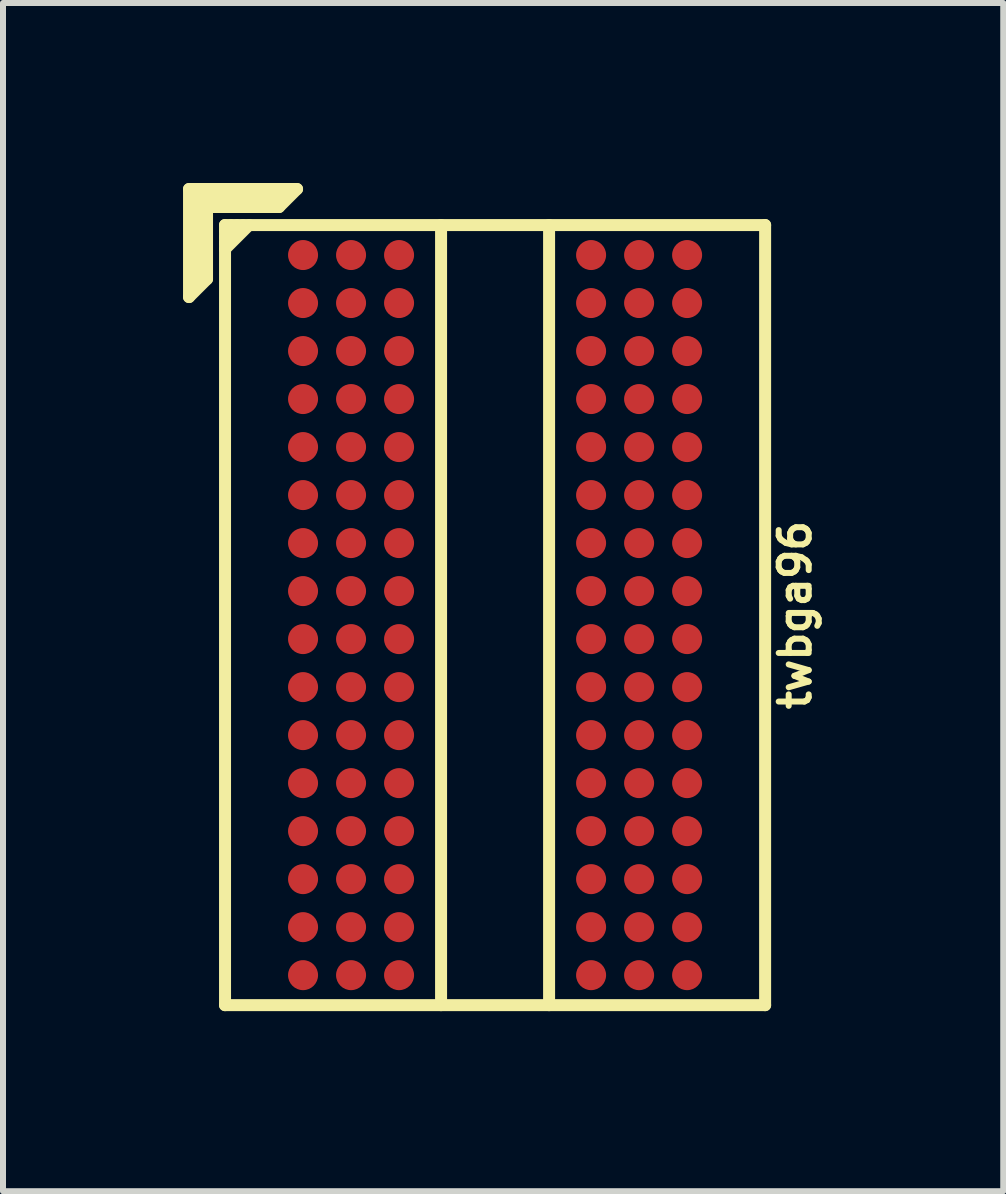
<source format=kicad_pcb>
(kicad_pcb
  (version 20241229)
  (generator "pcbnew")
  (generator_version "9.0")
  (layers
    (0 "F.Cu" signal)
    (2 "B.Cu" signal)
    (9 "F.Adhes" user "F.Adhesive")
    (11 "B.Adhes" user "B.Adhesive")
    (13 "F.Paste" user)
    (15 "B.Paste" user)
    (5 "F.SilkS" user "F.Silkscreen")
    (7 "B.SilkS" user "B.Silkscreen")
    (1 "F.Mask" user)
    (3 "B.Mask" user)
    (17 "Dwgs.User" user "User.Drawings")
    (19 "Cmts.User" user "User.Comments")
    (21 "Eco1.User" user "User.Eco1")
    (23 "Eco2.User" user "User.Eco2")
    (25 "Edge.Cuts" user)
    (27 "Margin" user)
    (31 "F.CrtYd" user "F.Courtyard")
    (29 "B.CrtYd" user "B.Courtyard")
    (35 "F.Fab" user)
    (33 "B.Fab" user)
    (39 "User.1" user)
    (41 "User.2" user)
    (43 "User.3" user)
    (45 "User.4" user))
  (footprint "twbga96"
    (layer "F.Cu")
    (at 5.2 7.2)
    (property "Reference" "twbga96" (at 5 0 90) (layer "F.SilkS") (effects (font (size 0.5 0.5) (thickness 0.1))))
    (attr smd)
    (fp_line (start -5.1 -7.1) (end -3.3 -7.1) (stroke (width 0.2) (type solid)) (layer "F.SilkS"))
    (fp_line (start -5.1 -5.3) (end -5.1 -7.1) (stroke (width 0.2) (type solid)) (layer "F.SilkS"))
    (fp_line (start -5 -7) (end -3.5 -7) (stroke (width 0.2) (type solid)) (layer "F.SilkS"))
    (fp_line (start -5 -5.5) (end -5 -7) (stroke (width 0.2) (type solid)) (layer "F.SilkS"))
    (fp_line (start -4.9 -6.9) (end -4.9 -5.6) (stroke (width 0.2) (type solid)) (layer "F.SilkS"))
    (fp_line (start -4.8 -6.8) (end -3.6 -6.8) (stroke (width 0.2) (type solid)) (layer "F.SilkS"))
    (fp_line (start -4.8 -5.6) (end -5.1 -5.3) (stroke (width 0.2) (type solid)) (layer "F.SilkS"))
    (fp_line (start -4.8 -5.6) (end -4.8 -6.8) (stroke (width 0.2) (type solid)) (layer "F.SilkS"))
    (fp_line (start -4.5 -6.5) (end 4.5 -6.5) (stroke (width 0.2) (type solid)) (layer "F.SilkS"))
    (fp_line (start -4.5 -6.4) (end -4.4 -6.5) (stroke (width 0.2) (type solid)) (layer "F.SilkS"))
    (fp_line (start -4.5 -6.1) (end -4.1 -6.5) (stroke (width 0.2) (type solid)) (layer "F.SilkS"))
    (fp_line (start -4.5 6.5) (end -4.5 -6.5) (stroke (width 0.2) (type solid)) (layer "F.SilkS"))
    (fp_line (start -4.3 -6.5) (end -4.5 -6.3) (stroke (width 0.2) (type solid)) (layer "F.SilkS"))
    (fp_line (start -4.2 -6.5) (end -4.5 -6.2) (stroke (width 0.2) (type solid)) (layer "F.SilkS"))
    (fp_line (start -3.6 -6.9) (end -4.9 -6.9) (stroke (width 0.2) (type solid)) (layer "F.SilkS"))
    (fp_line (start -3.3 -7.1) (end -3.6 -6.8) (stroke (width 0.2) (type solid)) (layer "F.SilkS"))
    (fp_line (start -0.9 -6.5) (end -0.9 6.5) (stroke (width 0.2) (type solid)) (layer "F.SilkS"))
    (fp_line (start 0.9 6.5) (end 0.9 -6.5) (stroke (width 0.2) (type solid)) (layer "F.SilkS"))
    (fp_line (start 4.5 -6.5) (end 4.5 6.5) (stroke (width 0.2) (type solid)) (layer "F.SilkS"))
    (fp_line (start 4.5 6.5) (end -4.5 6.5) (stroke (width 0.2) (type solid)) (layer "F.SilkS"))
    (pad "A1" smd circle (at -3.2 -6) (size 0.5 0.5) (layers "F.Cu" "F.Mask" "F.Paste"))
    (pad "A2" smd circle (at -2.4 -6) (size 0.5 0.5) (layers "F.Cu" "F.Mask" "F.Paste"))
    (pad "A3" smd circle (at -1.6 -6) (size 0.5 0.5) (layers "F.Cu" "F.Mask" "F.Paste"))
    (pad "A7" smd circle (at 1.6 -6) (size 0.5 0.5) (layers "F.Cu" "F.Mask" "F.Paste"))
    (pad "A8" smd circle (at 2.4 -6) (size 0.5 0.5) (layers "F.Cu" "F.Mask" "F.Paste"))
    (pad "A9" smd circle (at 3.2 -6) (size 0.5 0.5) (layers "F.Cu" "F.Mask" "F.Paste"))
    (pad "B1" smd circle (at -3.2 -5.2) (size 0.5 0.5) (layers "F.Cu" "F.Mask" "F.Paste"))
    (pad "B2" smd circle (at -2.4 -5.2) (size 0.5 0.5) (layers "F.Cu" "F.Mask" "F.Paste"))
    (pad "B3" smd circle (at -1.6 -5.2) (size 0.5 0.5) (layers "F.Cu" "F.Mask" "F.Paste"))
    (pad "B7" smd circle (at 1.6 -5.2) (size 0.5 0.5) (layers "F.Cu" "F.Mask" "F.Paste"))
    (pad "B8" smd circle (at 2.4 -5.2) (size 0.5 0.5) (layers "F.Cu" "F.Mask" "F.Paste"))
    (pad "B9" smd circle (at 3.2 -5.2) (size 0.5 0.5) (layers "F.Cu" "F.Mask" "F.Paste"))
    (pad "C1" smd circle (at -3.2 -4.4) (size 0.5 0.5) (layers "F.Cu" "F.Mask" "F.Paste"))
    (pad "C2" smd circle (at -2.4 -4.4) (size 0.5 0.5) (layers "F.Cu" "F.Mask" "F.Paste"))
    (pad "C3" smd circle (at -1.6 -4.4) (size 0.5 0.5) (layers "F.Cu" "F.Mask" "F.Paste"))
    (pad "C7" smd circle (at 1.6 -4.4) (size 0.5 0.5) (layers "F.Cu" "F.Mask" "F.Paste"))
    (pad "C8" smd circle (at 2.4 -4.4) (size 0.5 0.5) (layers "F.Cu" "F.Mask" "F.Paste"))
    (pad "C9" smd circle (at 3.2 -4.4) (size 0.5 0.5) (layers "F.Cu" "F.Mask" "F.Paste"))
    (pad "D1" smd circle (at -3.2 -3.6) (size 0.5 0.5) (layers "F.Cu" "F.Mask" "F.Paste"))
    (pad "D2" smd circle (at -2.4 -3.6) (size 0.5 0.5) (layers "F.Cu" "F.Mask" "F.Paste"))
    (pad "D3" smd circle (at -1.6 -3.6) (size 0.5 0.5) (layers "F.Cu" "F.Mask" "F.Paste"))
    (pad "D7" smd circle (at 1.6 -3.6) (size 0.5 0.5) (layers "F.Cu" "F.Mask" "F.Paste"))
    (pad "D8" smd circle (at 2.4 -3.6) (size 0.5 0.5) (layers "F.Cu" "F.Mask" "F.Paste"))
    (pad "D9" smd circle (at 3.2 -3.6) (size 0.5 0.5) (layers "F.Cu" "F.Mask" "F.Paste"))
    (pad "E1" smd circle (at -3.2 -2.8) (size 0.5 0.5) (layers "F.Cu" "F.Mask" "F.Paste"))
    (pad "E2" smd circle (at -2.4 -2.8) (size 0.5 0.5) (layers "F.Cu" "F.Mask" "F.Paste"))
    (pad "E3" smd circle (at -1.6 -2.8) (size 0.5 0.5) (layers "F.Cu" "F.Mask" "F.Paste"))
    (pad "E7" smd circle (at 1.6 -2.8) (size 0.5 0.5) (layers "F.Cu" "F.Mask" "F.Paste"))
    (pad "E8" smd circle (at 2.4 -2.8) (size 0.5 0.5) (layers "F.Cu" "F.Mask" "F.Paste"))
    (pad "E9" smd circle (at 3.2 -2.8) (size 0.5 0.5) (layers "F.Cu" "F.Mask" "F.Paste"))
    (pad "F1" smd circle (at -3.2 -2) (size 0.5 0.5) (layers "F.Cu" "F.Mask" "F.Paste"))
    (pad "F2" smd circle (at -2.4 -2) (size 0.5 0.5) (layers "F.Cu" "F.Mask" "F.Paste"))
    (pad "F3" smd circle (at -1.6 -2) (size 0.5 0.5) (layers "F.Cu" "F.Mask" "F.Paste"))
    (pad "F7" smd circle (at 1.6 -2) (size 0.5 0.5) (layers "F.Cu" "F.Mask" "F.Paste"))
    (pad "F8" smd circle (at 2.4 -2) (size 0.5 0.5) (layers "F.Cu" "F.Mask" "F.Paste"))
    (pad "F9" smd circle (at 3.2 -2) (size 0.5 0.5) (layers "F.Cu" "F.Mask" "F.Paste"))
    (pad "G1" smd circle (at -3.2 -1.2) (size 0.5 0.5) (layers "F.Cu" "F.Mask" "F.Paste"))
    (pad "G2" smd circle (at -2.4 -1.2) (size 0.5 0.5) (layers "F.Cu" "F.Mask" "F.Paste"))
    (pad "G3" smd circle (at -1.6 -1.2) (size 0.5 0.5) (layers "F.Cu" "F.Mask" "F.Paste"))
    (pad "G7" smd circle (at 1.6 -1.2) (size 0.5 0.5) (layers "F.Cu" "F.Mask" "F.Paste"))
    (pad "G8" smd circle (at 2.4 -1.2) (size 0.5 0.5) (layers "F.Cu" "F.Mask" "F.Paste"))
    (pad "G9" smd circle (at 3.2 -1.2) (size 0.5 0.5) (layers "F.Cu" "F.Mask" "F.Paste"))
    (pad "H1" smd circle (at -3.2 -0.4) (size 0.5 0.5) (layers "F.Cu" "F.Mask" "F.Paste"))
    (pad "H2" smd circle (at -2.4 -0.4) (size 0.5 0.5) (layers "F.Cu" "F.Mask" "F.Paste"))
    (pad "H3" smd circle (at -1.6 -0.4) (size 0.5 0.5) (layers "F.Cu" "F.Mask" "F.Paste"))
    (pad "H7" smd circle (at 1.6 -0.4) (size 0.5 0.5) (layers "F.Cu" "F.Mask" "F.Paste"))
    (pad "H8" smd circle (at 2.4 -0.4) (size 0.5 0.5) (layers "F.Cu" "F.Mask" "F.Paste"))
    (pad "H9" smd circle (at 3.2 -0.4) (size 0.5 0.5) (layers "F.Cu" "F.Mask" "F.Paste"))
    (pad "J1" smd circle (at -3.2 0.4) (size 0.5 0.5) (layers "F.Cu" "F.Mask" "F.Paste"))
    (pad "J2" smd circle (at -2.4 0.4) (size 0.5 0.5) (layers "F.Cu" "F.Mask" "F.Paste"))
    (pad "J3" smd circle (at -1.6 0.4) (size 0.5 0.5) (layers "F.Cu" "F.Mask" "F.Paste"))
    (pad "J7" smd circle (at 1.6 0.4) (size 0.5 0.5) (layers "F.Cu" "F.Mask" "F.Paste"))
    (pad "J8" smd circle (at 2.4 0.4) (size 0.5 0.5) (layers "F.Cu" "F.Mask" "F.Paste"))
    (pad "J9" smd circle (at 3.2 0.4) (size 0.5 0.5) (layers "F.Cu" "F.Mask" "F.Paste"))
    (pad "K1" smd circle (at -3.2 1.2) (size 0.5 0.5) (layers "F.Cu" "F.Mask" "F.Paste"))
    (pad "K2" smd circle (at -2.4 1.2) (size 0.5 0.5) (layers "F.Cu" "F.Mask" "F.Paste"))
    (pad "K3" smd circle (at -1.6 1.2) (size 0.5 0.5) (layers "F.Cu" "F.Mask" "F.Paste"))
    (pad "K7" smd circle (at 1.6 1.2) (size 0.5 0.5) (layers "F.Cu" "F.Mask" "F.Paste"))
    (pad "K8" smd circle (at 2.4 1.2) (size 0.5 0.5) (layers "F.Cu" "F.Mask" "F.Paste"))
    (pad "K9" smd circle (at 3.2 1.2) (size 0.5 0.5) (layers "F.Cu" "F.Mask" "F.Paste"))
    (pad "L1" smd circle (at -3.2 2) (size 0.5 0.5) (layers "F.Cu" "F.Mask" "F.Paste"))
    (pad "L2" smd circle (at -2.4 2) (size 0.5 0.5) (layers "F.Cu" "F.Mask" "F.Paste"))
    (pad "L3" smd circle (at -1.6 2) (size 0.5 0.5) (layers "F.Cu" "F.Mask" "F.Paste"))
    (pad "L7" smd circle (at 1.6 2) (size 0.5 0.5) (layers "F.Cu" "F.Mask" "F.Paste"))
    (pad "L8" smd circle (at 2.4 2) (size 0.5 0.5) (layers "F.Cu" "F.Mask" "F.Paste"))
    (pad "L9" smd circle (at 3.2 2) (size 0.5 0.5) (layers "F.Cu" "F.Mask" "F.Paste"))
    (pad "M1" smd circle (at -3.2 2.8) (size 0.5 0.5) (layers "F.Cu" "F.Mask" "F.Paste"))
    (pad "M2" smd circle (at -2.4 2.8) (size 0.5 0.5) (layers "F.Cu" "F.Mask" "F.Paste"))
    (pad "M3" smd circle (at -1.6 2.8) (size 0.5 0.5) (layers "F.Cu" "F.Mask" "F.Paste"))
    (pad "M7" smd circle (at 1.6 2.8) (size 0.5 0.5) (layers "F.Cu" "F.Mask" "F.Paste"))
    (pad "M8" smd circle (at 2.4 2.8) (size 0.5 0.5) (layers "F.Cu" "F.Mask" "F.Paste"))
    (pad "M9" smd circle (at 3.2 2.8) (size 0.5 0.5) (layers "F.Cu" "F.Mask" "F.Paste"))
    (pad "N1" smd circle (at -3.2 3.6) (size 0.5 0.5) (layers "F.Cu" "F.Mask" "F.Paste"))
    (pad "N2" smd circle (at -2.4 3.6) (size 0.5 0.5) (layers "F.Cu" "F.Mask" "F.Paste"))
    (pad "N3" smd circle (at -1.6 3.6) (size 0.5 0.5) (layers "F.Cu" "F.Mask" "F.Paste"))
    (pad "N7" smd circle (at 1.6 3.6) (size 0.5 0.5) (layers "F.Cu" "F.Mask" "F.Paste"))
    (pad "N8" smd circle (at 2.4 3.6) (size 0.5 0.5) (layers "F.Cu" "F.Mask" "F.Paste"))
    (pad "N9" smd circle (at 3.2 3.6) (size 0.5 0.5) (layers "F.Cu" "F.Mask" "F.Paste"))
    (pad "P1" smd circle (at -3.2 4.4) (size 0.5 0.5) (layers "F.Cu" "F.Mask" "F.Paste"))
    (pad "P2" smd circle (at -2.4 4.4) (size 0.5 0.5) (layers "F.Cu" "F.Mask" "F.Paste"))
    (pad "P3" smd circle (at -1.6 4.4) (size 0.5 0.5) (layers "F.Cu" "F.Mask" "F.Paste"))
    (pad "P7" smd circle (at 1.6 4.4) (size 0.5 0.5) (layers "F.Cu" "F.Mask" "F.Paste"))
    (pad "P8" smd circle (at 2.4 4.4) (size 0.5 0.5) (layers "F.Cu" "F.Mask" "F.Paste"))
    (pad "P9" smd circle (at 3.2 4.4) (size 0.5 0.5) (layers "F.Cu" "F.Mask" "F.Paste"))
    (pad "R1" smd circle (at -3.2 5.2) (size 0.5 0.5) (layers "F.Cu" "F.Mask" "F.Paste"))
    (pad "R2" smd circle (at -2.4 5.2) (size 0.5 0.5) (layers "F.Cu" "F.Mask" "F.Paste"))
    (pad "R3" smd circle (at -1.6 5.2) (size 0.5 0.5) (layers "F.Cu" "F.Mask" "F.Paste"))
    (pad "R7" smd circle (at 1.6 5.2) (size 0.5 0.5) (layers "F.Cu" "F.Mask" "F.Paste"))
    (pad "R8" smd circle (at 2.4 5.2) (size 0.5 0.5) (layers "F.Cu" "F.Mask" "F.Paste"))
    (pad "R9" smd circle (at 3.2 5.2) (size 0.5 0.5) (layers "F.Cu" "F.Mask" "F.Paste"))
    (pad "T1" smd circle (at -3.2 6) (size 0.5 0.5) (layers "F.Cu" "F.Mask" "F.Paste"))
    (pad "T2" smd circle (at -2.4 6) (size 0.5 0.5) (layers "F.Cu" "F.Mask" "F.Paste"))
    (pad "T3" smd circle (at -1.6 6) (size 0.5 0.5) (layers "F.Cu" "F.Mask" "F.Paste"))
    (pad "T7" smd circle (at 1.6 6) (size 0.5 0.5) (layers "F.Cu" "F.Mask" "F.Paste"))
    (pad "T8" smd circle (at 2.4 6) (size 0.5 0.5) (layers "F.Cu" "F.Mask" "F.Paste"))
    (pad "T9" smd circle (at 3.2 6) (size 0.5 0.5) (layers "F.Cu" "F.Mask" "F.Paste")))
  (gr_rect
    (start -3 -3)
    (end 13.668 16.8)
    (stroke (width 0.1) (type default))
    (fill no)
    (layer "Edge.Cuts")))
</source>
